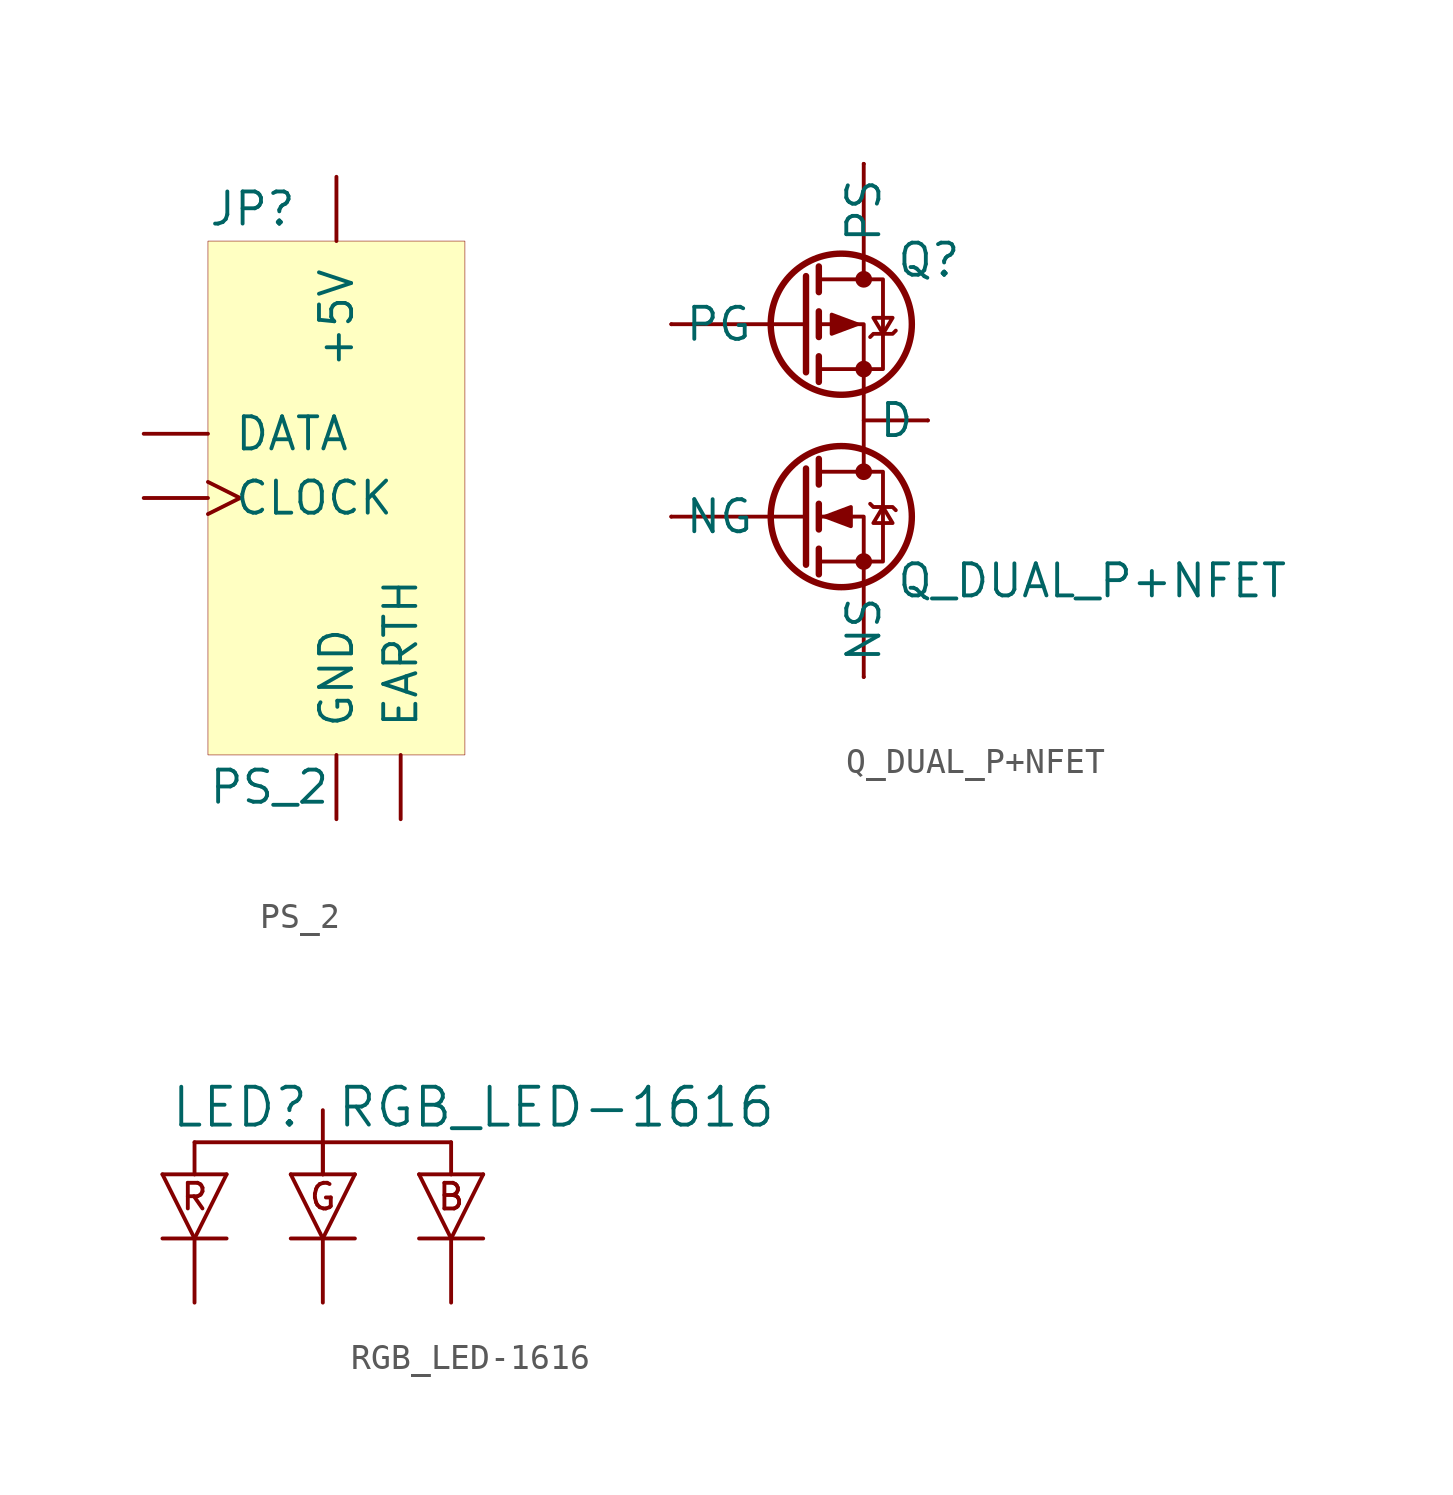
<source format=kicad_sym>
(kicad_symbol_lib
  (version 20211014)
  (generator kicad_symbol_editor)
  (symbol "PS_2"
    (pin_names
      (offset 1.016))
    (property "Reference" "JP"
      (at -5.08 11.43 0)
      (effects (font (size 1.27 1.27)) (justify left)))
    (property "Value" "PS_2"
      (at -5.08 -11.43 0)
      (effects (font (size 1.27 1.27)) (justify left)))
    (symbol "PS_2_0_1"
      (rectangle (start -5.08 10.16) (end 5.08 -10.16) (stroke (width 0.001) (type default) (color 0 0 0 0)) (fill (type background))))
    (symbol "PS_2_1_0"
      (pin bidirectional line (at -7.62 2.54 0) (length 2.54) (name "DATA" (effects (font (size 1.27 1.27)))) (number "1" (effects (font (size 0 0)))))
      (pin power_in line (at 0 -12.7 90) (length 2.54) (name "GND" (effects (font (size 1.27 1.27)))) (number "3" (effects (font (size 0 0)))))
      (pin power_in line (at 0 12.7 270) (length 2.54) (name "+5V" (effects (font (size 1.27 1.27)))) (number "4" (effects (font (size 0 0)))))
      (pin bidirectional clock (at -7.62 0 0) (length 2.54) (name "CLOCK" (effects (font (size 1.27 1.27)))) (number "5" (effects (font (size 0 0)))))
      (pin passive line (at 2.54 -12.7 90) (length 2.54) (name "EARTH" (effects (font (size 1.27 1.27)))) (number "PE" (effects (font (size 0 0)))))))
  (symbol "Q_DUAL_P+NFET"
    (pin_numbers hide)
    (property "Reference" "Q"
      (at 3.81 6.35 0)
      (effects (font (size 1.27 1.27)) (justify left)))
    (property "Value" "Q_DUAL_P+NFET"
      (at 3.81 -6.35 0)
      (effects (font (size 1.27 1.27)) (justify left)))
    (symbol "Q_DUAL_P+NFET_0_1"
      (polyline (pts (xy -5.08 3.81) (xy 0.254 3.81)) (stroke (width 0.152) (type default) (color 0 0 0 0)) (fill (type none)))
      (polyline (pts (xy 0.254 -3.81) (xy -5.08 -3.81)) (stroke (width 0.152) (type default) (color 0 0 0 0)) (fill (type none)))
      (polyline (pts (xy 0.254 -1.905) (xy 0.254 -5.715)) (stroke (width 0.254) (type default) (color 0 0 0 0)) (fill (type none)))
      (polyline (pts (xy 0.254 5.715) (xy 0.254 1.905)) (stroke (width 0.254) (type default) (color 0 0 0 0)) (fill (type none)))
      (polyline (pts (xy 0.762 -5.08) (xy 0.762 -6.096)) (stroke (width 0.254) (type default) (color 0 0 0 0)) (fill (type none)))
      (polyline (pts (xy 0.762 -3.302) (xy 0.762 -4.318)) (stroke (width 0.254) (type default) (color 0 0 0 0)) (fill (type none)))
      (polyline (pts (xy 0.762 -1.524) (xy 0.762 -2.54)) (stroke (width 0.254) (type default) (color 0 0 0 0)) (fill (type none)))
      (polyline (pts (xy 0.762 2.54) (xy 0.762 1.524)) (stroke (width 0.254) (type default) (color 0 0 0 0)) (fill (type none)))
      (polyline (pts (xy 0.762 4.318) (xy 0.762 3.302)) (stroke (width 0.254) (type default) (color 0 0 0 0)) (fill (type none)))
      (polyline (pts (xy 0.762 6.096) (xy 0.762 5.08)) (stroke (width 0.254) (type default) (color 0 0 0 0)) (fill (type none)))
      (polyline (pts (xy 2.54 -10.16) (xy 2.54 -5.588)) (stroke (width 0.152) (type default) (color 0 0 0 0)) (fill (type none)))
      (polyline (pts (xy 2.54 2.032) (xy 2.54 -2.032)) (stroke (width 0.152) (type default) (color 0 0 0 0)) (fill (type none)))
      (polyline (pts (xy 2.54 10.16) (xy 2.54 5.588)) (stroke (width 0.152) (type default) (color 0 0 0 0)) (fill (type none)))
      (polyline (pts (xy 5.08 0) (xy 2.54 0)) (stroke (width 0.152) (type default) (color 0 0 0 0)) (fill (type none)))
      (polyline (pts (xy 2.54 -5.588) (xy 2.54 -3.81) (xy 0.762 -3.81)) (stroke (width 0) (type default) (color 0 0 0 0)) (fill (type none)))
      (polyline (pts (xy 2.54 2.032) (xy 2.54 3.81) (xy 0.762 3.81)) (stroke (width 0) (type default) (color 0 0 0 0)) (fill (type none)))
      (polyline (pts (xy 0.762 -5.588) (xy 3.302 -5.588) (xy 3.302 -2.032) (xy 0.762 -2.032)) (stroke (width 0) (type default) (color 0 0 0 0)) (fill (type none)))
      (polyline (pts (xy 0.762 5.588) (xy 3.302 5.588) (xy 3.302 2.032) (xy 0.762 2.032)) (stroke (width 0) (type default) (color 0 0 0 0)) (fill (type none)))
      (polyline (pts (xy 1.016 -3.81) (xy 2.032 -3.429) (xy 2.032 -4.191) (xy 1.016 -3.81)) (stroke (width 0) (type default) (color 0 0 0 0)) (fill (type outline)))
      (polyline (pts (xy 2.286 3.81) (xy 1.27 4.191) (xy 1.27 3.429) (xy 2.286 3.81)) (stroke (width 0) (type default) (color 0 0 0 0)) (fill (type outline)))
      (polyline (pts (xy 2.794 -3.302) (xy 2.921 -3.429) (xy 3.683 -3.429) (xy 3.81 -3.556)) (stroke (width 0) (type default) (color 0 0 0 0)) (fill (type none)))
      (polyline (pts (xy 2.794 3.302) (xy 2.921 3.429) (xy 3.683 3.429) (xy 3.81 3.556)) (stroke (width 0) (type default) (color 0 0 0 0)) (fill (type none)))
      (polyline (pts (xy 3.302 -3.429) (xy 2.921 -4.064) (xy 3.683 -4.064) (xy 3.302 -3.429)) (stroke (width 0) (type default) (color 0 0 0 0)) (fill (type none)))
      (polyline (pts (xy 3.302 3.429) (xy 2.921 4.064) (xy 3.683 4.064) (xy 3.302 3.429)) (stroke (width 0) (type default) (color 0 0 0 0)) (fill (type none)))
      (circle (center 1.651 -3.81) (radius 2.794) (stroke (width 0.254) (type default) (color 0 0 0 0)) (fill (type none)))
      (circle (center 1.651 3.81) (radius 2.794) (stroke (width 0.254) (type default) (color 0 0 0 0)) (fill (type none)))
      (circle (center 2.54 -5.588) (radius 0.254) (stroke (width 0) (type default) (color 0 0 0 0)) (fill (type outline)))
      (circle (center 2.54 -2.032) (radius 0.254) (stroke (width 0) (type default) (color 0 0 0 0)) (fill (type outline)))
      (circle (center 2.54 2.032) (radius 0.254) (stroke (width 0) (type default) (color 0 0 0 0)) (fill (type outline)))
      (circle (center 2.54 5.588) (radius 0.254) (stroke (width 0) (type default) (color 0 0 0 0)) (fill (type outline))))
    (symbol "Q_DUAL_P+NFET_1_1"
      (pin input line (at 2.54 -10.16 90) (length 0) (name "NS" (effects (font (size 1.27 1.27)))) (number "1" (effects (font (size 1.27 1.27)))))
      (pin input line (at -5.08 3.81 0) (length 0) (name "PG" (effects (font (size 1.27 1.27)))) (number "2" (effects (font (size 1.27 1.27)))))
      (pin input line (at 2.54 10.16 270) (length 0) (name "PS" (effects (font (size 1.27 1.27)))) (number "3" (effects (font (size 1.27 1.27)))))
      (pin input line (at -5.08 -3.81 0) (length 0) (name "NG" (effects (font (size 1.27 1.27)))) (number "4" (effects (font (size 1.27 1.27)))))
      (pin output line (at 5.08 0 180) (length 0) (name "D" (effects (font (size 1.27 1.27)))) (number "5" (effects (font (size 1.27 1.27)))))
      (pin passive line (at 5.08 0 180) (length 0) hide (name "D" (effects (font (size 1.27 1.27)))) (number "6" (effects (font (size 1.27 1.27)))))
      (pin passive line (at 5.08 0 180) (length 0) hide (name "D" (effects (font (size 1.27 1.27)))) (number "7" (effects (font (size 1.27 1.27)))))
      (pin passive line (at 5.08 0 180) (length 0) hide (name "D" (effects (font (size 1.27 1.27)))) (number "8" (effects (font (size 1.27 1.27)))))))
  (symbol "RGB_LED-1616"
    (pin_names
      (offset 1.016))
    (property "Reference" "LED"
      (at -0.508 1.778 0)
      (effects (font (size 1.499 1.499)) (justify right bottom)))
    (property "Value" "RGB_LED-1616"
      (at 0.508 1.778 0)
      (effects (font (size 1.499 1.499)) (justify left bottom)))
    (property "ki_locked" ""
      (at 0 0 0)
      (effects (font (size 1.27 1.27))))
    (symbol "RGB_LED-1616_1_0"
      (polyline (pts (xy -6.35 -2.54) (xy -5.08 -2.54)) (stroke (width 0) (type default) (color 0 0 0 0)) (fill (type none)))
      (polyline (pts (xy -6.35 0) (xy -5.08 0)) (stroke (width 0) (type default) (color 0 0 0 0)) (fill (type none)))
      (polyline (pts (xy -5.08 -2.54) (xy -6.35 0)) (stroke (width 0) (type default) (color 0 0 0 0)) (fill (type none)))
      (polyline (pts (xy -5.08 -2.54) (xy -3.81 -2.54)) (stroke (width 0) (type default) (color 0 0 0 0)) (fill (type none)))
      (polyline (pts (xy -5.08 0) (xy -5.08 1.27)) (stroke (width 0) (type default) (color 0 0 0 0)) (fill (type none)))
      (polyline (pts (xy -5.08 0) (xy -3.81 0)) (stroke (width 0) (type default) (color 0 0 0 0)) (fill (type none)))
      (polyline (pts (xy -5.08 1.27) (xy 0 1.27)) (stroke (width 0) (type default) (color 0 0 0 0)) (fill (type none)))
      (polyline (pts (xy -3.81 0) (xy -5.08 -2.54)) (stroke (width 0) (type default) (color 0 0 0 0)) (fill (type none)))
      (polyline (pts (xy -1.27 -2.54) (xy 0 -2.54)) (stroke (width 0) (type default) (color 0 0 0 0)) (fill (type none)))
      (polyline (pts (xy -1.27 0) (xy 0 0)) (stroke (width 0) (type default) (color 0 0 0 0)) (fill (type none)))
      (polyline (pts (xy 0 -2.54) (xy -1.27 0)) (stroke (width 0) (type default) (color 0 0 0 0)) (fill (type none)))
      (polyline (pts (xy 0 -2.54) (xy 1.27 -2.54)) (stroke (width 0) (type default) (color 0 0 0 0)) (fill (type none)))
      (polyline (pts (xy 0 0) (xy 1.27 0)) (stroke (width 0) (type default) (color 0 0 0 0)) (fill (type none)))
      (polyline (pts (xy 0 1.27) (xy 0 0)) (stroke (width 0) (type default) (color 0 0 0 0)) (fill (type none)))
      (polyline (pts (xy 1.27 0) (xy 0 -2.54)) (stroke (width 0) (type default) (color 0 0 0 0)) (fill (type none)))
      (polyline (pts (xy 3.81 -2.54) (xy 5.08 -2.54)) (stroke (width 0) (type default) (color 0 0 0 0)) (fill (type none)))
      (polyline (pts (xy 3.81 0) (xy 5.08 0)) (stroke (width 0) (type default) (color 0 0 0 0)) (fill (type none)))
      (polyline (pts (xy 5.08 -2.54) (xy 3.81 0)) (stroke (width 0) (type default) (color 0 0 0 0)) (fill (type none)))
      (polyline (pts (xy 5.08 -2.54) (xy 6.35 -2.54)) (stroke (width 0) (type default) (color 0 0 0 0)) (fill (type none)))
      (polyline (pts (xy 5.08 0) (xy 5.08 1.27)) (stroke (width 0) (type default) (color 0 0 0 0)) (fill (type none)))
      (polyline (pts (xy 5.08 0) (xy 6.35 0)) (stroke (width 0) (type default) (color 0 0 0 0)) (fill (type none)))
      (polyline (pts (xy 5.08 1.27) (xy 0 1.27)) (stroke (width 0) (type default) (color 0 0 0 0)) (fill (type none)))
      (polyline (pts (xy 6.35 0) (xy 5.08 -2.54)) (stroke (width 0) (type default) (color 0 0 0 0)) (fill (type none)))
      (text "B" (at 5.08 -0.889 0) (effects (font (size 1.016 1.016))))
      (text "G" (at 0 -0.889 0) (effects (font (size 1.016 1.016))))
      (text "R" (at -5.08 -0.889 0) (effects (font (size 1.016 1.016))))
      (pin passive line (at 0 2.54 270) (length 2.54) (name "A" (effects (font (size 0 0)))) (number "1" (effects (font (size 0 0)))))
      (pin passive line (at 5.08 -5.08 90) (length 2.54) (name "C_B" (effects (font (size 0 0)))) (number "2" (effects (font (size 0 0)))))
      (pin passive line (at 0 -5.08 90) (length 2.54) (name "C_G" (effects (font (size 0 0)))) (number "3" (effects (font (size 0 0)))))
      (pin passive line (at -5.08 -5.08 90) (length 2.54) (name "C_R" (effects (font (size 0 0)))) (number "4" (effects (font (size 0 0))))))))
</source>
